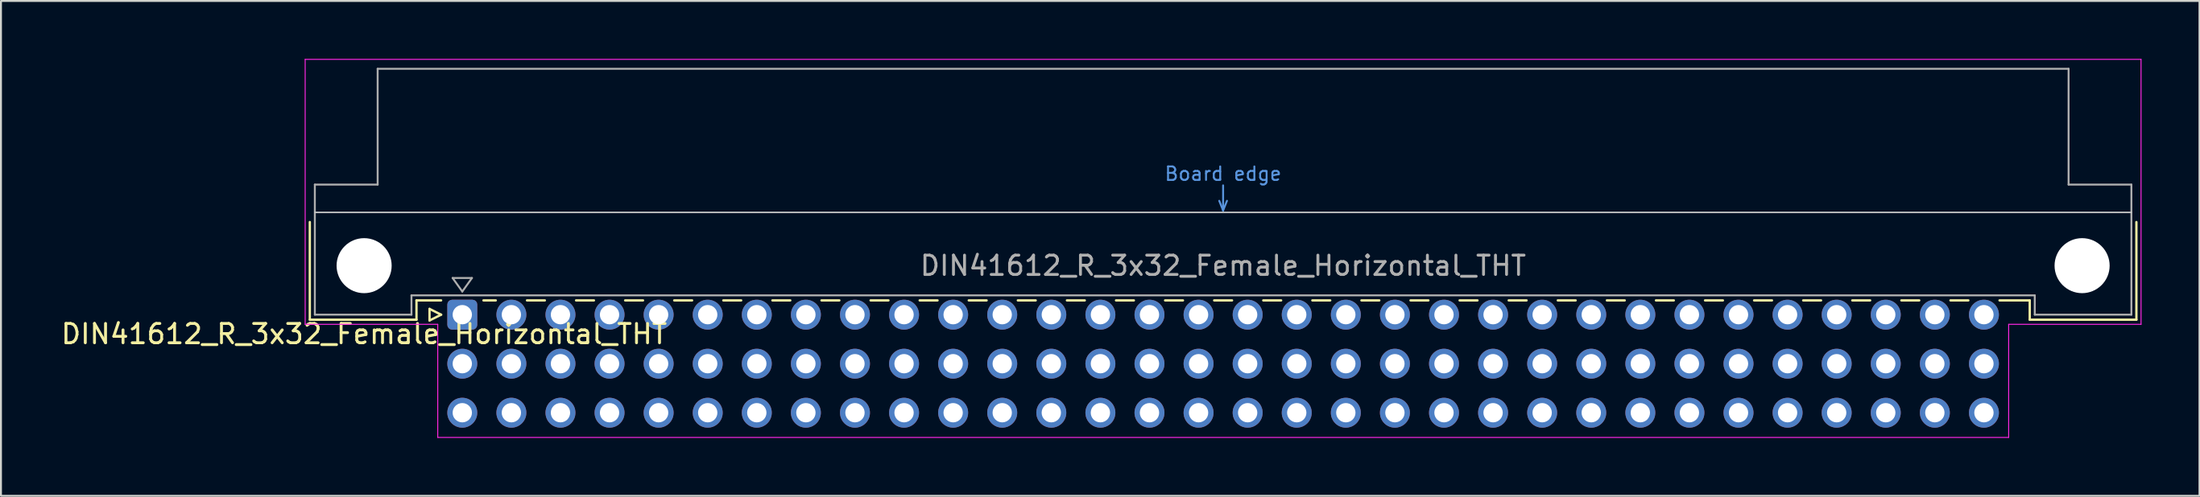
<source format=kicad_pcb>
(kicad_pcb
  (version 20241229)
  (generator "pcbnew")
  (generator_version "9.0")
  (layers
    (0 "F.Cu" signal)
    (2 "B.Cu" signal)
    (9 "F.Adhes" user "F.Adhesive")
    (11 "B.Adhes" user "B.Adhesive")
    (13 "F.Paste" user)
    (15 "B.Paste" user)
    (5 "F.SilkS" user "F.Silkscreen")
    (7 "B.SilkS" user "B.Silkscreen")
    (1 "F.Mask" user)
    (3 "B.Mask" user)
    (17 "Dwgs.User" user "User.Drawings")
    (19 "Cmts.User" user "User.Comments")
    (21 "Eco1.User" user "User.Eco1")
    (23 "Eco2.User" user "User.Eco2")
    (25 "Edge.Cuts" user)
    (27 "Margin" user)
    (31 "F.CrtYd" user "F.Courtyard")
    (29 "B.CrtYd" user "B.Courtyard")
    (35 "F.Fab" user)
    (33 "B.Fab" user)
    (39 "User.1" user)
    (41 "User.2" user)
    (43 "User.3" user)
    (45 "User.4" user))
  (footprint "DIN41612_R_3x32_Female_Horizontal_THT"
    (layer "F.Cu")
    (at 20.872 13.255)
    (property "Reference" "DIN41612_R_3x32_Female_Horizontal_THT" (at -5.08 1 0) (layer "F.SilkS") (effects (font (size 1 1) (thickness 0.15))))
    (attr through_hole)
    (fp_line (start -7.89 -4.8) (end -7.89 0.26) (stroke (width 0.12) (type solid)) (layer "F.SilkS"))
    (fp_line (start -7.89 0.26) (end -2.37 0.26) (stroke (width 0.12) (type solid)) (layer "F.SilkS"))
    (fp_line (start -2.37 -0.74) (end -1.095 -0.74) (stroke (width 0.12) (type solid)) (layer "F.SilkS"))
    (fp_line (start -2.37 0.26) (end -2.37 -0.74) (stroke (width 0.12) (type solid)) (layer "F.SilkS"))
    (fp_line (start -1.695 -0.3) (end -1.695 0.3) (stroke (width 0.12) (type solid)) (layer "F.SilkS"))
    (fp_line (start -1.695 0.3) (end -1.095 0) (stroke (width 0.12) (type solid)) (layer "F.SilkS"))
    (fp_line (start -1.095 0) (end -1.695 -0.3) (stroke (width 0.12) (type solid)) (layer "F.SilkS"))
    (fp_line (start 1.095 -0.74) (end 1.733 -0.74) (stroke (width 0.12) (type solid)) (layer "F.SilkS"))
    (fp_line (start 3.347 -0.74) (end 4.273 -0.74) (stroke (width 0.12) (type solid)) (layer "F.SilkS"))
    (fp_line (start 5.887 -0.74) (end 6.813 -0.74) (stroke (width 0.12) (type solid)) (layer "F.SilkS"))
    (fp_line (start 8.427 -0.74) (end 9.353 -0.74) (stroke (width 0.12) (type solid)) (layer "F.SilkS"))
    (fp_line (start 10.967 -0.74) (end 11.893 -0.74) (stroke (width 0.12) (type solid)) (layer "F.SilkS"))
    (fp_line (start 13.507 -0.74) (end 14.433 -0.74) (stroke (width 0.12) (type solid)) (layer "F.SilkS"))
    (fp_line (start 16.047 -0.74) (end 16.973 -0.74) (stroke (width 0.12) (type solid)) (layer "F.SilkS"))
    (fp_line (start 18.587 -0.74) (end 19.513 -0.74) (stroke (width 0.12) (type solid)) (layer "F.SilkS"))
    (fp_line (start 21.127 -0.74) (end 22.053 -0.74) (stroke (width 0.12) (type solid)) (layer "F.SilkS"))
    (fp_line (start 23.667 -0.74) (end 24.593 -0.74) (stroke (width 0.12) (type solid)) (layer "F.SilkS"))
    (fp_line (start 26.207 -0.74) (end 27.133 -0.74) (stroke (width 0.12) (type solid)) (layer "F.SilkS"))
    (fp_line (start 28.747 -0.74) (end 29.673 -0.74) (stroke (width 0.12) (type solid)) (layer "F.SilkS"))
    (fp_line (start 31.287 -0.74) (end 32.213 -0.74) (stroke (width 0.12) (type solid)) (layer "F.SilkS"))
    (fp_line (start 33.827 -0.74) (end 34.753 -0.74) (stroke (width 0.12) (type solid)) (layer "F.SilkS"))
    (fp_line (start 36.367 -0.74) (end 37.293 -0.74) (stroke (width 0.12) (type solid)) (layer "F.SilkS"))
    (fp_line (start 38.907 -0.74) (end 39.833 -0.74) (stroke (width 0.12) (type solid)) (layer "F.SilkS"))
    (fp_line (start 41.447 -0.74) (end 42.373 -0.74) (stroke (width 0.12) (type solid)) (layer "F.SilkS"))
    (fp_line (start 43.987 -0.74) (end 44.913 -0.74) (stroke (width 0.12) (type solid)) (layer "F.SilkS"))
    (fp_line (start 46.527 -0.74) (end 47.453 -0.74) (stroke (width 0.12) (type solid)) (layer "F.SilkS"))
    (fp_line (start 49.067 -0.74) (end 49.993 -0.74) (stroke (width 0.12) (type solid)) (layer "F.SilkS"))
    (fp_line (start 51.607 -0.74) (end 52.533 -0.74) (stroke (width 0.12) (type solid)) (layer "F.SilkS"))
    (fp_line (start 54.147 -0.74) (end 55.073 -0.74) (stroke (width 0.12) (type solid)) (layer "F.SilkS"))
    (fp_line (start 56.687 -0.74) (end 57.613 -0.74) (stroke (width 0.12) (type solid)) (layer "F.SilkS"))
    (fp_line (start 59.227 -0.74) (end 60.153 -0.74) (stroke (width 0.12) (type solid)) (layer "F.SilkS"))
    (fp_line (start 61.767 -0.74) (end 62.693 -0.74) (stroke (width 0.12) (type solid)) (layer "F.SilkS"))
    (fp_line (start 64.307 -0.74) (end 65.233 -0.74) (stroke (width 0.12) (type solid)) (layer "F.SilkS"))
    (fp_line (start 66.847 -0.74) (end 67.773 -0.74) (stroke (width 0.12) (type solid)) (layer "F.SilkS"))
    (fp_line (start 69.387 -0.74) (end 70.313 -0.74) (stroke (width 0.12) (type solid)) (layer "F.SilkS"))
    (fp_line (start 71.927 -0.74) (end 72.853 -0.74) (stroke (width 0.12) (type solid)) (layer "F.SilkS"))
    (fp_line (start 74.467 -0.74) (end 75.393 -0.74) (stroke (width 0.12) (type solid)) (layer "F.SilkS"))
    (fp_line (start 77.007 -0.74) (end 77.933 -0.74) (stroke (width 0.12) (type solid)) (layer "F.SilkS"))
    (fp_line (start 79.547 -0.74) (end 81.11 -0.74) (stroke (width 0.12) (type solid)) (layer "F.SilkS"))
    (fp_line (start 81.11 0.26) (end 81.11 -0.74) (stroke (width 0.12) (type solid)) (layer "F.SilkS"))
    (fp_line (start 86.63 -4.8) (end 86.63 0.26) (stroke (width 0.12) (type solid)) (layer "F.SilkS"))
    (fp_line (start 86.63 0.26) (end 81.11 0.26) (stroke (width 0.12) (type solid)) (layer "F.SilkS"))
    (fp_line (start -7.63 -5.3) (end 86.37 -5.3) (stroke (width 0.08) (type solid)) (layer "Dwgs.User"))
    (fp_line (start 39.17 -5.9) (end 39.37 -5.4) (stroke (width 0.1) (type solid)) (layer "Cmts.User"))
    (fp_line (start 39.37 -5.4) (end 39.37 -6.7) (stroke (width 0.1) (type solid)) (layer "Cmts.User"))
    (fp_line (start 39.37 -5.4) (end 39.57 -5.9) (stroke (width 0.1) (type solid)) (layer "Cmts.User"))
    (fp_line (start -8.13 -13.23) (end -8.13 0.5) (stroke (width 0.05) (type solid)) (layer "F.CrtYd"))
    (fp_line (start -8.13 0.5) (end -1.27 0.5) (stroke (width 0.05) (type solid)) (layer "F.CrtYd"))
    (fp_line (start -1.27 0.5) (end -1.27 6.36) (stroke (width 0.05) (type solid)) (layer "F.CrtYd"))
    (fp_line (start -1.27 6.36) (end 80.02 6.36) (stroke (width 0.05) (type solid)) (layer "F.CrtYd"))
    (fp_line (start 80.02 0.5) (end 86.87 0.5) (stroke (width 0.05) (type solid)) (layer "F.CrtYd"))
    (fp_line (start 80.02 6.36) (end 80.02 0.5) (stroke (width 0.05) (type solid)) (layer "F.CrtYd"))
    (fp_line (start 86.87 -13.23) (end -8.13 -13.23) (stroke (width 0.05) (type solid)) (layer "F.CrtYd"))
    (fp_line (start 86.87 0.5) (end 86.87 -13.23) (stroke (width 0.05) (type solid)) (layer "F.CrtYd"))
    (fp_line (start -7.63 -6.74) (end -7.63 0) (stroke (width 0.1) (type solid)) (layer "F.Fab"))
    (fp_line (start -7.63 0) (end -2.63 0) (stroke (width 0.1) (type solid)) (layer "F.Fab"))
    (fp_line (start -4.38 -12.74) (end -4.38 -6.74) (stroke (width 0.1) (type solid)) (layer "F.Fab"))
    (fp_line (start -4.38 -6.74) (end -7.63 -6.74) (stroke (width 0.1) (type solid)) (layer "F.Fab"))
    (fp_line (start -2.63 -1) (end 81.37 -1) (stroke (width 0.1) (type solid)) (layer "F.Fab"))
    (fp_line (start -2.63 0) (end -2.63 -1) (stroke (width 0.1) (type solid)) (layer "F.Fab"))
    (fp_line (start -0.5 -1.9) (end 0.5 -1.9) (stroke (width 0.1) (type solid)) (layer "F.Fab"))
    (fp_line (start 0 -1.2) (end -0.5 -1.9) (stroke (width 0.1) (type solid)) (layer "F.Fab"))
    (fp_line (start 0.5 -1.9) (end 0 -1.2) (stroke (width 0.1) (type solid)) (layer "F.Fab"))
    (fp_line (start 81.37 -1) (end 81.37 0) (stroke (width 0.1) (type solid)) (layer "F.Fab"))
    (fp_line (start 81.37 0) (end 86.37 0) (stroke (width 0.1) (type solid)) (layer "F.Fab"))
    (fp_line (start 83.12 -12.74) (end -4.38 -12.74) (stroke (width 0.1) (type solid)) (layer "F.Fab"))
    (fp_line (start 83.12 -6.74) (end 83.12 -12.74) (stroke (width 0.1) (type solid)) (layer "F.Fab"))
    (fp_line (start 86.37 -6.74) (end 83.12 -6.74) (stroke (width 0.1) (type solid)) (layer "F.Fab"))
    (fp_line (start 86.37 0) (end 86.37 -6.74) (stroke (width 0.1) (type solid)) (layer "F.Fab"))
    (fp_text user "Board edge" (at 39.37 -7.3 0) (layer "Cmts.User") (effects (font (size 0.7 0.7) (thickness 0.1))))
    (fp_text user "${REFERENCE}" (at 39.37 -2.54 0) (layer "F.Fab") (effects (font (size 1 1) (thickness 0.15))))
    (pad "" np_thru_hole circle (at -5.08 -2.54) (size 2.85 2.85) (drill 2.85) (layers "*.Cu" "*.Mask"))
    (pad "" np_thru_hole circle (at 83.82 -2.54) (size 2.85 2.85) (drill 2.85) (layers "*.Cu" "*.Mask"))
    (pad "a1" thru_hole roundrect (at 0 0) (size 1.55 1.55) (drill 1) (layers "*.Cu" "*.Mask") (roundrect_rratio 0.161))
    (pad "a2" thru_hole circle (at 2.54 0) (size 1.55 1.55) (drill 1) (layers "*.Cu" "*.Mask"))
    (pad "a3" thru_hole circle (at 5.08 0) (size 1.55 1.55) (drill 1) (layers "*.Cu" "*.Mask"))
    (pad "a4" thru_hole circle (at 7.62 0) (size 1.55 1.55) (drill 1) (layers "*.Cu" "*.Mask"))
    (pad "a5" thru_hole circle (at 10.16 0) (size 1.55 1.55) (drill 1) (layers "*.Cu" "*.Mask"))
    (pad "a6" thru_hole circle (at 12.7 0) (size 1.55 1.55) (drill 1) (layers "*.Cu" "*.Mask"))
    (pad "a7" thru_hole circle (at 15.24 0) (size 1.55 1.55) (drill 1) (layers "*.Cu" "*.Mask"))
    (pad "a8" thru_hole circle (at 17.78 0) (size 1.55 1.55) (drill 1) (layers "*.Cu" "*.Mask"))
    (pad "a9" thru_hole circle (at 20.32 0) (size 1.55 1.55) (drill 1) (layers "*.Cu" "*.Mask"))
    (pad "a10" thru_hole circle (at 22.86 0) (size 1.55 1.55) (drill 1) (layers "*.Cu" "*.Mask"))
    (pad "a11" thru_hole circle (at 25.4 0) (size 1.55 1.55) (drill 1) (layers "*.Cu" "*.Mask"))
    (pad "a12" thru_hole circle (at 27.94 0) (size 1.55 1.55) (drill 1) (layers "*.Cu" "*.Mask"))
    (pad "a13" thru_hole circle (at 30.48 0) (size 1.55 1.55) (drill 1) (layers "*.Cu" "*.Mask"))
    (pad "a14" thru_hole circle (at 33.02 0) (size 1.55 1.55) (drill 1) (layers "*.Cu" "*.Mask"))
    (pad "a15" thru_hole circle (at 35.56 0) (size 1.55 1.55) (drill 1) (layers "*.Cu" "*.Mask"))
    (pad "a16" thru_hole circle (at 38.1 0) (size 1.55 1.55) (drill 1) (layers "*.Cu" "*.Mask"))
    (pad "a17" thru_hole circle (at 40.64 0) (size 1.55 1.55) (drill 1) (layers "*.Cu" "*.Mask"))
    (pad "a18" thru_hole circle (at 43.18 0) (size 1.55 1.55) (drill 1) (layers "*.Cu" "*.Mask"))
    (pad "a19" thru_hole circle (at 45.72 0) (size 1.55 1.55) (drill 1) (layers "*.Cu" "*.Mask"))
    (pad "a20" thru_hole circle (at 48.26 0) (size 1.55 1.55) (drill 1) (layers "*.Cu" "*.Mask"))
    (pad "a21" thru_hole circle (at 50.8 0) (size 1.55 1.55) (drill 1) (layers "*.Cu" "*.Mask"))
    (pad "a22" thru_hole circle (at 53.34 0) (size 1.55 1.55) (drill 1) (layers "*.Cu" "*.Mask"))
    (pad "a23" thru_hole circle (at 55.88 0) (size 1.55 1.55) (drill 1) (layers "*.Cu" "*.Mask"))
    (pad "a24" thru_hole circle (at 58.42 0) (size 1.55 1.55) (drill 1) (layers "*.Cu" "*.Mask"))
    (pad "a25" thru_hole circle (at 60.96 0) (size 1.55 1.55) (drill 1) (layers "*.Cu" "*.Mask"))
    (pad "a26" thru_hole circle (at 63.5 0) (size 1.55 1.55) (drill 1) (layers "*.Cu" "*.Mask"))
    (pad "a27" thru_hole circle (at 66.04 0) (size 1.55 1.55) (drill 1) (layers "*.Cu" "*.Mask"))
    (pad "a28" thru_hole circle (at 68.58 0) (size 1.55 1.55) (drill 1) (layers "*.Cu" "*.Mask"))
    (pad "a29" thru_hole circle (at 71.12 0) (size 1.55 1.55) (drill 1) (layers "*.Cu" "*.Mask"))
    (pad "a30" thru_hole circle (at 73.66 0) (size 1.55 1.55) (drill 1) (layers "*.Cu" "*.Mask"))
    (pad "a31" thru_hole circle (at 76.2 0) (size 1.55 1.55) (drill 1) (layers "*.Cu" "*.Mask"))
    (pad "a32" thru_hole circle (at 78.74 0) (size 1.55 1.55) (drill 1) (layers "*.Cu" "*.Mask"))
    (pad "b1" thru_hole circle (at 0 2.54) (size 1.55 1.55) (drill 1) (layers "*.Cu" "*.Mask"))
    (pad "b2" thru_hole circle (at 2.54 2.54) (size 1.55 1.55) (drill 1) (layers "*.Cu" "*.Mask"))
    (pad "b3" thru_hole circle (at 5.08 2.54) (size 1.55 1.55) (drill 1) (layers "*.Cu" "*.Mask"))
    (pad "b4" thru_hole circle (at 7.62 2.54) (size 1.55 1.55) (drill 1) (layers "*.Cu" "*.Mask"))
    (pad "b5" thru_hole circle (at 10.16 2.54) (size 1.55 1.55) (drill 1) (layers "*.Cu" "*.Mask"))
    (pad "b6" thru_hole circle (at 12.7 2.54) (size 1.55 1.55) (drill 1) (layers "*.Cu" "*.Mask"))
    (pad "b7" thru_hole circle (at 15.24 2.54) (size 1.55 1.55) (drill 1) (layers "*.Cu" "*.Mask"))
    (pad "b8" thru_hole circle (at 17.78 2.54) (size 1.55 1.55) (drill 1) (layers "*.Cu" "*.Mask"))
    (pad "b9" thru_hole circle (at 20.32 2.54) (size 1.55 1.55) (drill 1) (layers "*.Cu" "*.Mask"))
    (pad "b10" thru_hole circle (at 22.86 2.54) (size 1.55 1.55) (drill 1) (layers "*.Cu" "*.Mask"))
    (pad "b11" thru_hole circle (at 25.4 2.54) (size 1.55 1.55) (drill 1) (layers "*.Cu" "*.Mask"))
    (pad "b12" thru_hole circle (at 27.94 2.54) (size 1.55 1.55) (drill 1) (layers "*.Cu" "*.Mask"))
    (pad "b13" thru_hole circle (at 30.48 2.54) (size 1.55 1.55) (drill 1) (layers "*.Cu" "*.Mask"))
    (pad "b14" thru_hole circle (at 33.02 2.54) (size 1.55 1.55) (drill 1) (layers "*.Cu" "*.Mask"))
    (pad "b15" thru_hole circle (at 35.56 2.54) (size 1.55 1.55) (drill 1) (layers "*.Cu" "*.Mask"))
    (pad "b16" thru_hole circle (at 38.1 2.54) (size 1.55 1.55) (drill 1) (layers "*.Cu" "*.Mask"))
    (pad "b17" thru_hole circle (at 40.64 2.54) (size 1.55 1.55) (drill 1) (layers "*.Cu" "*.Mask"))
    (pad "b18" thru_hole circle (at 43.18 2.54) (size 1.55 1.55) (drill 1) (layers "*.Cu" "*.Mask"))
    (pad "b19" thru_hole circle (at 45.72 2.54) (size 1.55 1.55) (drill 1) (layers "*.Cu" "*.Mask"))
    (pad "b20" thru_hole circle (at 48.26 2.54) (size 1.55 1.55) (drill 1) (layers "*.Cu" "*.Mask"))
    (pad "b21" thru_hole circle (at 50.8 2.54) (size 1.55 1.55) (drill 1) (layers "*.Cu" "*.Mask"))
    (pad "b22" thru_hole circle (at 53.34 2.54) (size 1.55 1.55) (drill 1) (layers "*.Cu" "*.Mask"))
    (pad "b23" thru_hole circle (at 55.88 2.54) (size 1.55 1.55) (drill 1) (layers "*.Cu" "*.Mask"))
    (pad "b24" thru_hole circle (at 58.42 2.54) (size 1.55 1.55) (drill 1) (layers "*.Cu" "*.Mask"))
    (pad "b25" thru_hole circle (at 60.96 2.54) (size 1.55 1.55) (drill 1) (layers "*.Cu" "*.Mask"))
    (pad "b26" thru_hole circle (at 63.5 2.54) (size 1.55 1.55) (drill 1) (layers "*.Cu" "*.Mask"))
    (pad "b27" thru_hole circle (at 66.04 2.54) (size 1.55 1.55) (drill 1) (layers "*.Cu" "*.Mask"))
    (pad "b28" thru_hole circle (at 68.58 2.54) (size 1.55 1.55) (drill 1) (layers "*.Cu" "*.Mask"))
    (pad "b29" thru_hole circle (at 71.12 2.54) (size 1.55 1.55) (drill 1) (layers "*.Cu" "*.Mask"))
    (pad "b30" thru_hole circle (at 73.66 2.54) (size 1.55 1.55) (drill 1) (layers "*.Cu" "*.Mask"))
    (pad "b31" thru_hole circle (at 76.2 2.54) (size 1.55 1.55) (drill 1) (layers "*.Cu" "*.Mask"))
    (pad "b32" thru_hole circle (at 78.74 2.54) (size 1.55 1.55) (drill 1) (layers "*.Cu" "*.Mask"))
    (pad "c1" thru_hole circle (at 0 5.08) (size 1.55 1.55) (drill 1) (layers "*.Cu" "*.Mask"))
    (pad "c2" thru_hole circle (at 2.54 5.08) (size 1.55 1.55) (drill 1) (layers "*.Cu" "*.Mask"))
    (pad "c3" thru_hole circle (at 5.08 5.08) (size 1.55 1.55) (drill 1) (layers "*.Cu" "*.Mask"))
    (pad "c4" thru_hole circle (at 7.62 5.08) (size 1.55 1.55) (drill 1) (layers "*.Cu" "*.Mask"))
    (pad "c5" thru_hole circle (at 10.16 5.08) (size 1.55 1.55) (drill 1) (layers "*.Cu" "*.Mask"))
    (pad "c6" thru_hole circle (at 12.7 5.08) (size 1.55 1.55) (drill 1) (layers "*.Cu" "*.Mask"))
    (pad "c7" thru_hole circle (at 15.24 5.08) (size 1.55 1.55) (drill 1) (layers "*.Cu" "*.Mask"))
    (pad "c8" thru_hole circle (at 17.78 5.08) (size 1.55 1.55) (drill 1) (layers "*.Cu" "*.Mask"))
    (pad "c9" thru_hole circle (at 20.32 5.08) (size 1.55 1.55) (drill 1) (layers "*.Cu" "*.Mask"))
    (pad "c10" thru_hole circle (at 22.86 5.08) (size 1.55 1.55) (drill 1) (layers "*.Cu" "*.Mask"))
    (pad "c11" thru_hole circle (at 25.4 5.08) (size 1.55 1.55) (drill 1) (layers "*.Cu" "*.Mask"))
    (pad "c12" thru_hole circle (at 27.94 5.08) (size 1.55 1.55) (drill 1) (layers "*.Cu" "*.Mask"))
    (pad "c13" thru_hole circle (at 30.48 5.08) (size 1.55 1.55) (drill 1) (layers "*.Cu" "*.Mask"))
    (pad "c14" thru_hole circle (at 33.02 5.08) (size 1.55 1.55) (drill 1) (layers "*.Cu" "*.Mask"))
    (pad "c15" thru_hole circle (at 35.56 5.08) (size 1.55 1.55) (drill 1) (layers "*.Cu" "*.Mask"))
    (pad "c16" thru_hole circle (at 38.1 5.08) (size 1.55 1.55) (drill 1) (layers "*.Cu" "*.Mask"))
    (pad "c17" thru_hole circle (at 40.64 5.08) (size 1.55 1.55) (drill 1) (layers "*.Cu" "*.Mask"))
    (pad "c18" thru_hole circle (at 43.18 5.08) (size 1.55 1.55) (drill 1) (layers "*.Cu" "*.Mask"))
    (pad "c19" thru_hole circle (at 45.72 5.08) (size 1.55 1.55) (drill 1) (layers "*.Cu" "*.Mask"))
    (pad "c20" thru_hole circle (at 48.26 5.08) (size 1.55 1.55) (drill 1) (layers "*.Cu" "*.Mask"))
    (pad "c21" thru_hole circle (at 50.8 5.08) (size 1.55 1.55) (drill 1) (layers "*.Cu" "*.Mask"))
    (pad "c22" thru_hole circle (at 53.34 5.08) (size 1.55 1.55) (drill 1) (layers "*.Cu" "*.Mask"))
    (pad "c23" thru_hole circle (at 55.88 5.08) (size 1.55 1.55) (drill 1) (layers "*.Cu" "*.Mask"))
    (pad "c24" thru_hole circle (at 58.42 5.08) (size 1.55 1.55) (drill 1) (layers "*.Cu" "*.Mask"))
    (pad "c25" thru_hole circle (at 60.96 5.08) (size 1.55 1.55) (drill 1) (layers "*.Cu" "*.Mask"))
    (pad "c26" thru_hole circle (at 63.5 5.08) (size 1.55 1.55) (drill 1) (layers "*.Cu" "*.Mask"))
    (pad "c27" thru_hole circle (at 66.04 5.08) (size 1.55 1.55) (drill 1) (layers "*.Cu" "*.Mask"))
    (pad "c28" thru_hole circle (at 68.58 5.08) (size 1.55 1.55) (drill 1) (layers "*.Cu" "*.Mask"))
    (pad "c29" thru_hole circle (at 71.12 5.08) (size 1.55 1.55) (drill 1) (layers "*.Cu" "*.Mask"))
    (pad "c30" thru_hole circle (at 73.66 5.08) (size 1.55 1.55) (drill 1) (layers "*.Cu" "*.Mask"))
    (pad "c31" thru_hole circle (at 76.2 5.08) (size 1.55 1.55) (drill 1) (layers "*.Cu" "*.Mask"))
    (pad "c32" thru_hole circle (at 78.74 5.08) (size 1.55 1.55) (drill 1) (layers "*.Cu" "*.Mask")))
  (gr_rect
    (start -3 -3)
    (end 110.767 22.64)
    (stroke (width 0.1) (type default))
    (fill no)
    (layer "Edge.Cuts")))
</source>
